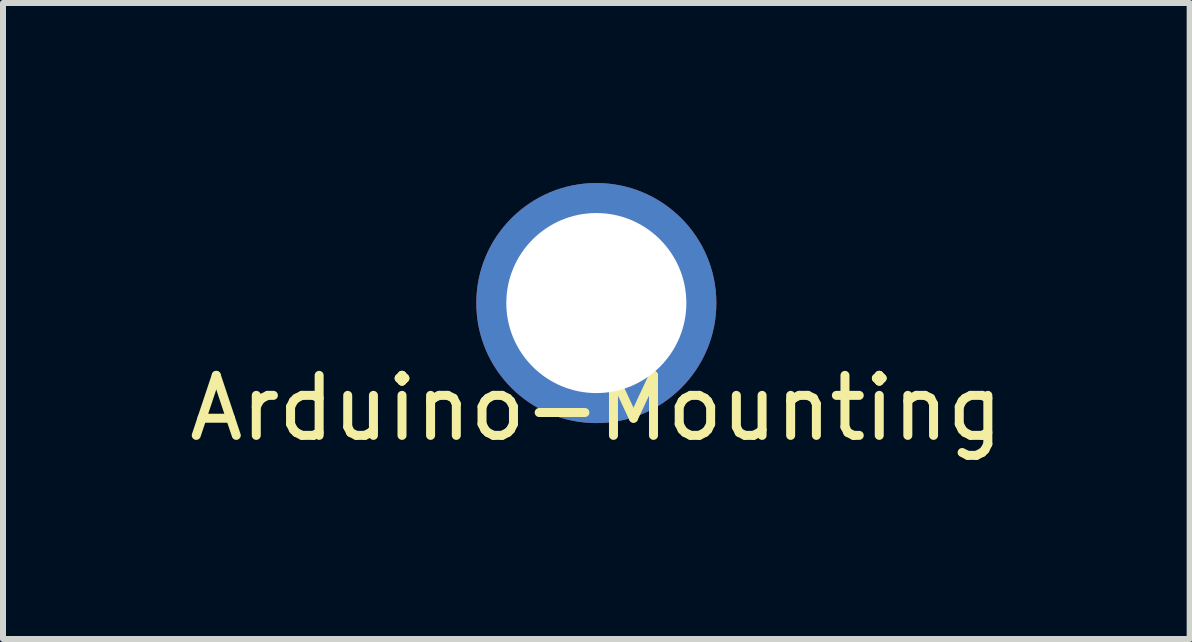
<source format=kicad_pcb>
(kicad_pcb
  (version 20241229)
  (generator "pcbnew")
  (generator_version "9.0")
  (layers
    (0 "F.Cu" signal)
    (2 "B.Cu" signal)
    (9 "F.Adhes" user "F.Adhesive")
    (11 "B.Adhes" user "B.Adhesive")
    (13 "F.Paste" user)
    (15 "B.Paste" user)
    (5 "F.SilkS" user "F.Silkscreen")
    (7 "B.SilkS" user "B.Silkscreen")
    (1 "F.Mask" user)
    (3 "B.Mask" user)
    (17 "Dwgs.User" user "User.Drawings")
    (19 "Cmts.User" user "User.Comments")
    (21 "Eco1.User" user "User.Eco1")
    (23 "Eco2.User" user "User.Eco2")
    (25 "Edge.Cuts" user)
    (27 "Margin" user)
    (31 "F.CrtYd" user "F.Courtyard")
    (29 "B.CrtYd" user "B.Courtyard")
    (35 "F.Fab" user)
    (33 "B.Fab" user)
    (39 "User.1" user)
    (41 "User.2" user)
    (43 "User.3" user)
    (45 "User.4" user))
  (footprint "Arduino-Mounting"
    (layer "F.Cu")
    (at 6.887 2)
    (property "Reference" "Arduino-Mounting" (at 0 1.75 0) (layer "F.SilkS") (effects (font (size 1 1) (thickness 0.15))))
    (attr through_hole)
    (pad "" np_thru_hole circle (at 0 0) (size 4 4) (drill 3) (layers "*.Cu" "*.Mask")))
  (gr_rect
    (start -3 -3)
    (end 16.774 7.598)
    (stroke (width 0.1) (type default))
    (fill no)
    (layer "Edge.Cuts")))
</source>
